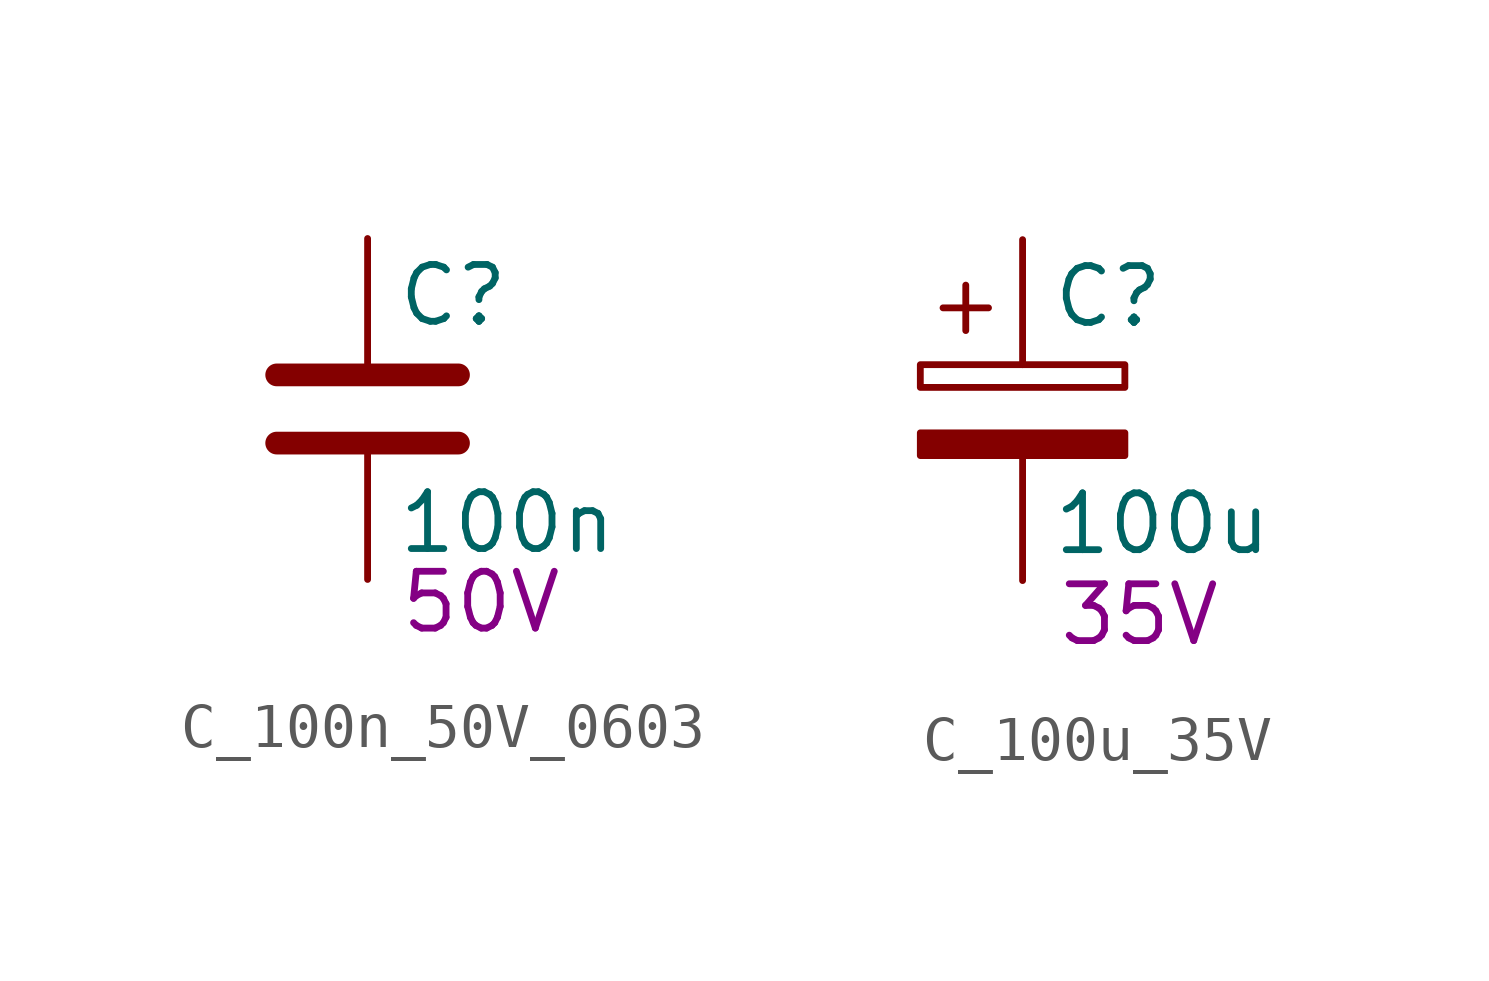
<source format=kicad_sym>
(kicad_symbol_lib
  (version 20241209)
  (generator "kicad_symbol_editor")
  (generator_version "9.0")
  (symbol "C_100n_50V_0603"
    (pin_numbers
      (hide yes))
    (pin_names
      (offset 0.254))
    (property "Reference" "C"
      (at 0.635 2.54 0)
      (effects (font (size 1.27 1.27)) (justify left)))
    (property "Value" "100n"
      (at 0.635 -2.54 0)
      (effects (font (size 1.27 1.27)) (justify left)))
    (property "Value 2" "50V"
      (at 2.54 -4.318 0)
      (effects (font (size 1.27 1.27))))
    (symbol "C_100n_50V_0603_0_1"
      (polyline (pts (xy -2.032 0.762) (xy 2.032 0.762)) (stroke (width 0.508) (type default)) (fill (type none)))
      (polyline (pts (xy -2.032 -0.762) (xy 2.032 -0.762)) (stroke (width 0.508) (type default)) (fill (type none))))
    (symbol "C_100n_50V_0603_1_1"
      (pin passive line (at 0 3.81 270) (length 2.794) (name "~" (effects (font (size 1.27 1.27)))) (number "1" (effects (font (size 1.27 1.27)))))
      (pin passive line (at 0 -3.81 90) (length 2.794) (name "~" (effects (font (size 1.27 1.27)))) (number "2" (effects (font (size 1.27 1.27)))))))
  (symbol "C_100u_35V"
    (pin_numbers
      (hide yes))
    (pin_names
      (offset 0.254))
    (property "Reference" "C"
      (at 0.635 2.54 0)
      (effects (font (size 1.27 1.27)) (justify left)))
    (property "Value" "100u"
      (at 0.635 -2.54 0)
      (effects (font (size 1.27 1.27)) (justify left)))
    (property "Value 2" "35V"
      (at 0.762 -4.572 0)
      (effects (font (size 1.27 1.27)) (justify left)))
    (symbol "C_100u_35V_0_1"
      (rectangle (start -2.286 0.508) (end 2.286 1.016) (stroke (width 0) (type default)) (fill (type none)))
      (polyline (pts (xy -1.778 2.286) (xy -0.762 2.286)) (stroke (width 0) (type default)) (fill (type none)))
      (polyline (pts (xy -1.27 2.794) (xy -1.27 1.778)) (stroke (width 0) (type default)) (fill (type none)))
      (rectangle (start 2.286 -0.508) (end -2.286 -1.016) (stroke (width 0) (type default)) (fill (type outline))))
    (symbol "C_100u_35V_1_1"
      (pin passive line (at 0 3.81 270) (length 2.794) (name "~" (effects (font (size 1.27 1.27)))) (number "1" (effects (font (size 1.27 1.27)))))
      (pin passive line (at 0 -3.81 90) (length 2.794) (name "~" (effects (font (size 1.27 1.27)))) (number "2" (effects (font (size 1.27 1.27))))))))
</source>
